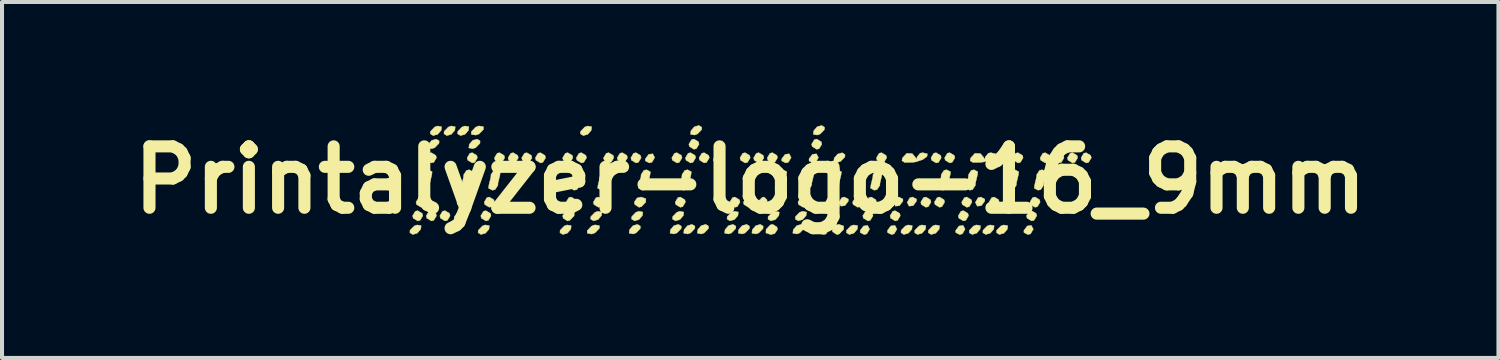
<source format=kicad_pcb>
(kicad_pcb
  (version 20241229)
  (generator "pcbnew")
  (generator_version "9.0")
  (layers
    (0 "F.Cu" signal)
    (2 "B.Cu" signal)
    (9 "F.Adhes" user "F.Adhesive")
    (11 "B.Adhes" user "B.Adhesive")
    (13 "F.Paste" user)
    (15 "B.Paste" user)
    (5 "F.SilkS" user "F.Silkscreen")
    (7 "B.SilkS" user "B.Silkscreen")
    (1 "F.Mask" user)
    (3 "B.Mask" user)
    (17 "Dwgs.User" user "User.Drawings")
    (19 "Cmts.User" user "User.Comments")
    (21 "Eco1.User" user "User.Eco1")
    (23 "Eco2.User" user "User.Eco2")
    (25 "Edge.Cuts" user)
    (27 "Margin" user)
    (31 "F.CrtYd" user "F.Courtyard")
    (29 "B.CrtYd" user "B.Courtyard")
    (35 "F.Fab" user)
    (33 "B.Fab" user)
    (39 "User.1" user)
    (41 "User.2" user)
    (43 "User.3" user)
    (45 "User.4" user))
  (footprint "Printalyzer-logo-16_9mm"
    (layer "F.Cu")
    (at 15.574 1.418)
    (property "Reference" "Printalyzer-logo-16_9mm" (at 0 0 0) (layer "F.SilkS") (effects (font (size 1.524 1.524) (thickness 0.3))))
    (attr through_hole)
    (fp_poly (pts (xy -7.112 0.882) (xy -7.18 0.999) (xy -7.246 1.016) (xy -7.345 0.967) (xy -7.347 0.915) (xy -7.262 0.804) (xy -7.161 0.789) (xy -7.112 0.882)) (stroke (width 0.01) (type solid)) (fill yes) (layer "F.SilkS"))
    (fp_poly (pts (xy -2.371 -0.557) (xy -2.439 -0.441) (xy -2.505 -0.423) (xy -2.603 -0.473) (xy -2.605 -0.524) (xy -2.521 -0.636) (xy -2.42 -0.65) (xy -2.371 -0.557)) (stroke (width 0.01) (type solid)) (fill yes) (layer "F.SilkS"))
    (fp_poly (pts (xy -0.677 -0.557) (xy -0.746 -0.441) (xy -0.811 -0.423) (xy -0.91 -0.473) (xy -0.912 -0.524) (xy -0.828 -0.636) (xy -0.726 -0.65) (xy -0.677 -0.557)) (stroke (width 0.01) (type solid)) (fill yes) (layer "F.SilkS"))
    (fp_poly (pts (xy 1.016 -0.557) (xy 0.948 -0.441) (xy 0.882 -0.423) (xy 0.783 -0.473) (xy 0.781 -0.524) (xy 0.866 -0.636) (xy 0.967 -0.65) (xy 1.016 -0.557)) (stroke (width 0.01) (type solid)) (fill yes) (layer "F.SilkS"))
    (fp_poly (pts (xy 1.693 -0.557) (xy 1.625 -0.441) (xy 1.559 -0.423) (xy 1.461 -0.473) (xy 1.459 -0.524) (xy 1.543 -0.636) (xy 1.644 -0.65) (xy 1.693 -0.557)) (stroke (width 0.01) (type solid)) (fill yes) (layer "F.SilkS"))
    (fp_poly (pts (xy 2.089 0.473) (xy 2.075 0.574) (xy 1.963 0.658) (xy 1.877 0.621) (xy 1.863 0.557) (xy 1.931 0.441) (xy 1.997 0.423) (xy 2.089 0.473)) (stroke (width 0.01) (type solid)) (fill yes) (layer "F.SilkS"))
    (fp_poly (pts (xy 2.434 0.473) (xy 2.436 0.524) (xy 2.352 0.636) (xy 2.25 0.65) (xy 2.201 0.557) (xy 2.27 0.441) (xy 2.335 0.423) (xy 2.434 0.473)) (stroke (width 0.01) (type solid)) (fill yes) (layer "F.SilkS"))
    (fp_poly (pts (xy 2.963 1.221) (xy 2.895 1.337) (xy 2.829 1.355) (xy 2.731 1.305) (xy 2.729 1.254) (xy 2.813 1.142) (xy 2.914 1.128) (xy 2.963 1.221)) (stroke (width 0.01) (type solid)) (fill yes) (layer "F.SilkS"))
    (fp_poly (pts (xy 3.641 1.221) (xy 3.572 1.337) (xy 3.507 1.355) (xy 3.408 1.305) (xy 3.406 1.254) (xy 3.49 1.142) (xy 3.592 1.128) (xy 3.641 1.221)) (stroke (width 0.01) (type solid)) (fill yes) (layer "F.SilkS"))
    (fp_poly (pts (xy 3.789 0.473) (xy 3.791 0.524) (xy 3.706 0.636) (xy 3.605 0.65) (xy 3.556 0.557) (xy 3.624 0.441) (xy 3.69 0.423) (xy 3.789 0.473)) (stroke (width 0.01) (type solid)) (fill yes) (layer "F.SilkS"))
    (fp_poly (pts (xy 4.127 0.473) (xy 4.129 0.524) (xy 4.045 0.636) (xy 3.944 0.65) (xy 3.895 0.557) (xy 3.963 0.441) (xy 4.029 0.423) (xy 4.127 0.473)) (stroke (width 0.01) (type solid)) (fill yes) (layer "F.SilkS"))
    (fp_poly (pts (xy 5.334 1.221) (xy 5.266 1.337) (xy 5.2 1.355) (xy 5.101 1.305) (xy 5.099 1.254) (xy 5.184 1.142) (xy 5.285 1.128) (xy 5.334 1.221)) (stroke (width 0.01) (type solid)) (fill yes) (layer "F.SilkS"))
    (fp_poly (pts (xy 5.821 0.473) (xy 5.823 0.524) (xy 5.738 0.636) (xy 5.637 0.65) (xy 5.588 0.557) (xy 5.656 0.441) (xy 5.722 0.423) (xy 5.821 0.473)) (stroke (width 0.01) (type solid)) (fill yes) (layer "F.SilkS"))
    (fp_poly (pts (xy 7.027 1.221) (xy 6.959 1.337) (xy 6.893 1.355) (xy 6.795 1.305) (xy 6.793 1.254) (xy 6.877 1.142) (xy 6.978 1.128) (xy 7.027 1.221)) (stroke (width 0.01) (type solid)) (fill yes) (layer "F.SilkS"))
    (fp_poly (pts (xy -8.169 1.134) (xy -8.18 1.222) (xy -8.266 1.321) (xy -8.378 1.353) (xy -8.449 1.309) (xy -8.446 1.249) (xy -8.341 1.142) (xy -8.269 1.116) (xy -8.169 1.134)) (stroke (width 0.01) (type solid)) (fill yes) (layer "F.SilkS"))
    (fp_poly (pts (xy -8.143 0.83) (xy -8.128 0.889) (xy -8.196 1.001) (xy -8.255 1.016) (xy -8.367 0.948) (xy -8.382 0.889) (xy -8.314 0.777) (xy -8.255 0.762) (xy -8.143 0.83)) (stroke (width 0.01) (type solid)) (fill yes) (layer "F.SilkS"))
    (fp_poly (pts (xy -8.058 0.491) (xy -8.043 0.55) (xy -8.111 0.663) (xy -8.17 0.677) (xy -8.283 0.61) (xy -8.297 0.55) (xy -8.23 0.438) (xy -8.17 0.423) (xy -8.058 0.491)) (stroke (width 0.01) (type solid)) (fill yes) (layer "F.SilkS"))
    (fp_poly (pts (xy -7.804 -0.61) (xy -7.789 -0.55) (xy -7.857 -0.438) (xy -7.916 -0.423) (xy -8.029 -0.491) (xy -8.043 -0.55) (xy -7.976 -0.663) (xy -7.916 -0.677) (xy -7.804 -0.61)) (stroke (width 0.01) (type solid)) (fill yes) (layer "F.SilkS"))
    (fp_poly (pts (xy -7.804 0.83) (xy -7.789 0.889) (xy -7.857 1.001) (xy -7.916 1.016) (xy -8.029 0.948) (xy -8.043 0.889) (xy -7.976 0.777) (xy -7.916 0.762) (xy -7.804 0.83)) (stroke (width 0.01) (type solid)) (fill yes) (layer "F.SilkS"))
    (fp_poly (pts (xy -7.722 -0.971) (xy -7.726 -0.91) (xy -7.83 -0.803) (xy -7.902 -0.777) (xy -8.002 -0.796) (xy -7.992 -0.883) (xy -7.906 -0.983) (xy -7.794 -1.014) (xy -7.722 -0.971)) (stroke (width 0.01) (type solid)) (fill yes) (layer "F.SilkS"))
    (fp_poly (pts (xy -7.661 -1.321) (xy -7.672 -1.234) (xy -7.758 -1.134) (xy -7.87 -1.102) (xy -7.941 -1.146) (xy -7.938 -1.206) (xy -7.833 -1.314) (xy -7.761 -1.34) (xy -7.661 -1.321)) (stroke (width 0.01) (type solid)) (fill yes) (layer "F.SilkS"))
    (fp_poly (pts (xy -7.465 0.83) (xy -7.451 0.889) (xy -7.518 1.001) (xy -7.578 1.016) (xy -7.69 0.948) (xy -7.705 0.889) (xy -7.637 0.777) (xy -7.578 0.762) (xy -7.465 0.83)) (stroke (width 0.01) (type solid)) (fill yes) (layer "F.SilkS"))
    (fp_poly (pts (xy -7.323 -1.321) (xy -7.333 -1.234) (xy -7.419 -1.134) (xy -7.531 -1.102) (xy -7.602 -1.146) (xy -7.599 -1.206) (xy -7.494 -1.314) (xy -7.423 -1.34) (xy -7.323 -1.321)) (stroke (width 0.01) (type solid)) (fill yes) (layer "F.SilkS"))
    (fp_poly (pts (xy -7.042 0.491) (xy -7.027 0.55) (xy -7.095 0.663) (xy -7.154 0.677) (xy -7.267 0.61) (xy -7.281 0.55) (xy -7.214 0.438) (xy -7.154 0.423) (xy -7.042 0.491)) (stroke (width 0.01) (type solid)) (fill yes) (layer "F.SilkS"))
    (fp_poly (pts (xy -6.984 -1.321) (xy -6.994 -1.234) (xy -7.08 -1.134) (xy -7.192 -1.102) (xy -7.264 -1.146) (xy -7.26 -1.206) (xy -7.156 -1.314) (xy -7.084 -1.34) (xy -6.984 -1.321)) (stroke (width 0.01) (type solid)) (fill yes) (layer "F.SilkS"))
    (fp_poly (pts (xy -6.788 -0.61) (xy -6.773 -0.55) (xy -6.841 -0.438) (xy -6.9 -0.423) (xy -7.013 -0.491) (xy -7.027 -0.55) (xy -6.96 -0.663) (xy -6.9 -0.677) (xy -6.788 -0.61)) (stroke (width 0.01) (type solid)) (fill yes) (layer "F.SilkS"))
    (fp_poly (pts (xy -6.706 -0.971) (xy -6.71 -0.91) (xy -6.814 -0.803) (xy -6.886 -0.777) (xy -6.986 -0.796) (xy -6.976 -0.883) (xy -6.89 -0.983) (xy -6.778 -1.014) (xy -6.706 -0.971)) (stroke (width 0.01) (type solid)) (fill yes) (layer "F.SilkS"))
    (fp_poly (pts (xy -6.624 -1.323) (xy -6.622 -1.257) (xy -6.729 -1.145) (xy -6.811 -1.114) (xy -6.923 -1.132) (xy -6.924 -1.198) (xy -6.817 -1.311) (xy -6.735 -1.342) (xy -6.624 -1.323)) (stroke (width 0.01) (type solid)) (fill yes) (layer "F.SilkS"))
    (fp_poly (pts (xy -6.476 1.134) (xy -6.486 1.222) (xy -6.572 1.321) (xy -6.684 1.353) (xy -6.756 1.309) (xy -6.752 1.249) (xy -6.648 1.142) (xy -6.576 1.116) (xy -6.476 1.134)) (stroke (width 0.01) (type solid)) (fill yes) (layer "F.SilkS"))
    (fp_poly (pts (xy -6.449 0.83) (xy -6.435 0.889) (xy -6.502 1.001) (xy -6.562 1.016) (xy -6.674 0.948) (xy -6.689 0.889) (xy -6.621 0.777) (xy -6.562 0.762) (xy -6.449 0.83)) (stroke (width 0.01) (type solid)) (fill yes) (layer "F.SilkS"))
    (fp_poly (pts (xy -6.365 0.491) (xy -6.35 0.55) (xy -6.418 0.663) (xy -6.477 0.677) (xy -6.589 0.61) (xy -6.604 0.55) (xy -6.536 0.438) (xy -6.477 0.423) (xy -6.365 0.491)) (stroke (width 0.01) (type solid)) (fill yes) (layer "F.SilkS"))
    (fp_poly (pts (xy -6.111 -0.61) (xy -6.096 -0.55) (xy -6.164 -0.438) (xy -6.223 -0.423) (xy -6.335 -0.491) (xy -6.35 -0.55) (xy -6.282 -0.663) (xy -6.223 -0.677) (xy -6.111 -0.61)) (stroke (width 0.01) (type solid)) (fill yes) (layer "F.SilkS"))
    (fp_poly (pts (xy -5.772 -0.61) (xy -5.757 -0.55) (xy -5.825 -0.438) (xy -5.884 -0.423) (xy -5.997 -0.491) (xy -6.011 -0.55) (xy -5.944 -0.663) (xy -5.884 -0.677) (xy -5.772 -0.61)) (stroke (width 0.01) (type solid)) (fill yes) (layer "F.SilkS"))
    (fp_poly (pts (xy -5.433 -0.61) (xy -5.419 -0.55) (xy -5.486 -0.438) (xy -5.546 -0.423) (xy -5.658 -0.491) (xy -5.673 -0.55) (xy -5.605 -0.663) (xy -5.546 -0.677) (xy -5.433 -0.61)) (stroke (width 0.01) (type solid)) (fill yes) (layer "F.SilkS"))
    (fp_poly (pts (xy -5.095 -0.61) (xy -5.08 -0.55) (xy -5.148 -0.438) (xy -5.207 -0.423) (xy -5.319 -0.491) (xy -5.334 -0.55) (xy -5.266 -0.663) (xy -5.207 -0.677) (xy -5.095 -0.61)) (stroke (width 0.01) (type solid)) (fill yes) (layer "F.SilkS"))
    (fp_poly (pts (xy -4.444 1.134) (xy -4.454 1.222) (xy -4.54 1.321) (xy -4.652 1.353) (xy -4.724 1.309) (xy -4.72 1.249) (xy -4.616 1.142) (xy -4.544 1.116) (xy -4.444 1.134)) (stroke (width 0.01) (type solid)) (fill yes) (layer "F.SilkS"))
    (fp_poly (pts (xy -4.417 -0.61) (xy -4.403 -0.55) (xy -4.47 -0.438) (xy -4.53 -0.423) (xy -4.642 -0.491) (xy -4.657 -0.55) (xy -4.589 -0.663) (xy -4.53 -0.677) (xy -4.417 -0.61)) (stroke (width 0.01) (type solid)) (fill yes) (layer "F.SilkS"))
    (fp_poly (pts (xy -4.369 0.803) (xy -4.372 0.889) (xy -4.479 1.002) (xy -4.539 1.016) (xy -4.643 0.948) (xy -4.657 0.889) (xy -4.586 0.786) (xy -4.49 0.762) (xy -4.369 0.803)) (stroke (width 0.01) (type solid)) (fill yes) (layer "F.SilkS"))
    (fp_poly (pts (xy -4.333 0.491) (xy -4.318 0.55) (xy -4.386 0.663) (xy -4.445 0.677) (xy -4.557 0.61) (xy -4.572 0.55) (xy -4.504 0.438) (xy -4.445 0.423) (xy -4.333 0.491)) (stroke (width 0.01) (type solid)) (fill yes) (layer "F.SilkS"))
    (fp_poly (pts (xy -4.079 -0.61) (xy -4.064 -0.55) (xy -4.132 -0.438) (xy -4.191 -0.423) (xy -4.303 -0.491) (xy -4.318 -0.55) (xy -4.25 -0.663) (xy -4.191 -0.677) (xy -4.079 -0.61)) (stroke (width 0.01) (type solid)) (fill yes) (layer "F.SilkS"))
    (fp_poly (pts (xy -3.936 -1.321) (xy -3.946 -1.234) (xy -4.032 -1.134) (xy -4.144 -1.102) (xy -4.216 -1.146) (xy -4.212 -1.206) (xy -4.108 -1.314) (xy -4.036 -1.34) (xy -3.936 -1.321)) (stroke (width 0.01) (type solid)) (fill yes) (layer "F.SilkS"))
    (fp_poly (pts (xy -3.745 1.132) (xy -3.744 1.198) (xy -3.851 1.311) (xy -3.933 1.342) (xy -4.044 1.323) (xy -4.046 1.257) (xy -3.939 1.145) (xy -3.857 1.114) (xy -3.745 1.132)) (stroke (width 0.01) (type solid)) (fill yes) (layer "F.SilkS"))
    (fp_poly (pts (xy -3.682 0.796) (xy -3.692 0.883) (xy -3.778 0.983) (xy -3.89 1.014) (xy -3.962 0.971) (xy -3.958 0.91) (xy -3.854 0.803) (xy -3.782 0.777) (xy -3.682 0.796)) (stroke (width 0.01) (type solid)) (fill yes) (layer "F.SilkS"))
    (fp_poly (pts (xy -3.655 0.491) (xy -3.641 0.55) (xy -3.708 0.663) (xy -3.768 0.677) (xy -3.88 0.61) (xy -3.895 0.55) (xy -3.827 0.438) (xy -3.768 0.423) (xy -3.655 0.491)) (stroke (width 0.01) (type solid)) (fill yes) (layer "F.SilkS"))
    (fp_poly (pts (xy -3.401 -0.61) (xy -3.387 -0.55) (xy -3.454 -0.438) (xy -3.514 -0.423) (xy -3.626 -0.491) (xy -3.641 -0.55) (xy -3.573 -0.663) (xy -3.514 -0.677) (xy -3.401 -0.61)) (stroke (width 0.01) (type solid)) (fill yes) (layer "F.SilkS"))
    (fp_poly (pts (xy -3.063 -0.61) (xy -3.048 -0.55) (xy -3.116 -0.438) (xy -3.175 -0.423) (xy -3.287 -0.491) (xy -3.302 -0.55) (xy -3.234 -0.663) (xy -3.175 -0.677) (xy -3.063 -0.61)) (stroke (width 0.01) (type solid)) (fill yes) (layer "F.SilkS"))
    (fp_poly (pts (xy -2.727 1.146) (xy -2.73 1.206) (xy -2.835 1.314) (xy -2.907 1.34) (xy -3.007 1.321) (xy -2.996 1.234) (xy -2.91 1.134) (xy -2.798 1.102) (xy -2.727 1.146)) (stroke (width 0.01) (type solid)) (fill yes) (layer "F.SilkS"))
    (fp_poly (pts (xy -2.724 -0.61) (xy -2.709 -0.55) (xy -2.777 -0.438) (xy -2.836 -0.423) (xy -2.949 -0.491) (xy -2.963 -0.55) (xy -2.896 -0.663) (xy -2.836 -0.677) (xy -2.724 -0.61)) (stroke (width 0.01) (type solid)) (fill yes) (layer "F.SilkS"))
    (fp_poly (pts (xy -2.666 0.796) (xy -2.676 0.883) (xy -2.762 0.983) (xy -2.874 1.014) (xy -2.946 0.971) (xy -2.942 0.91) (xy -2.838 0.803) (xy -2.766 0.777) (xy -2.666 0.796)) (stroke (width 0.01) (type solid)) (fill yes) (layer "F.SilkS"))
    (fp_poly (pts (xy -2.591 0.464) (xy -2.594 0.55) (xy -2.701 0.663) (xy -2.761 0.677) (xy -2.865 0.609) (xy -2.879 0.55) (xy -2.808 0.447) (xy -2.712 0.423) (xy -2.591 0.464)) (stroke (width 0.01) (type solid)) (fill yes) (layer "F.SilkS"))
    (fp_poly (pts (xy -1.711 1.146) (xy -1.714 1.206) (xy -1.819 1.314) (xy -1.891 1.34) (xy -1.991 1.321) (xy -1.98 1.234) (xy -1.894 1.134) (xy -1.782 1.102) (xy -1.711 1.146)) (stroke (width 0.01) (type solid)) (fill yes) (layer "F.SilkS"))
    (fp_poly (pts (xy -1.708 -0.61) (xy -1.693 -0.55) (xy -1.761 -0.438) (xy -1.82 -0.423) (xy -1.933 -0.491) (xy -1.947 -0.55) (xy -1.88 -0.663) (xy -1.82 -0.677) (xy -1.708 -0.61)) (stroke (width 0.01) (type solid)) (fill yes) (layer "F.SilkS"))
    (fp_poly (pts (xy -1.65 0.796) (xy -1.66 0.883) (xy -1.746 0.983) (xy -1.858 1.014) (xy -1.93 0.971) (xy -1.926 0.91) (xy -1.822 0.803) (xy -1.75 0.777) (xy -1.65 0.796)) (stroke (width 0.01) (type solid)) (fill yes) (layer "F.SilkS"))
    (fp_poly (pts (xy -1.623 0.491) (xy -1.609 0.55) (xy -1.676 0.663) (xy -1.736 0.677) (xy -1.848 0.61) (xy -1.863 0.55) (xy -1.795 0.438) (xy -1.736 0.423) (xy -1.623 0.491)) (stroke (width 0.01) (type solid)) (fill yes) (layer "F.SilkS"))
    (fp_poly (pts (xy -1.372 1.146) (xy -1.376 1.206) (xy -1.48 1.314) (xy -1.552 1.34) (xy -1.652 1.321) (xy -1.642 1.234) (xy -1.556 1.134) (xy -1.444 1.102) (xy -1.372 1.146)) (stroke (width 0.01) (type solid)) (fill yes) (layer "F.SilkS"))
    (fp_poly (pts (xy -1.369 -0.61) (xy -1.355 -0.55) (xy -1.422 -0.438) (xy -1.482 -0.423) (xy -1.594 -0.491) (xy -1.609 -0.55) (xy -1.541 -0.663) (xy -1.482 -0.677) (xy -1.369 -0.61)) (stroke (width 0.01) (type solid)) (fill yes) (layer "F.SilkS"))
    (fp_poly (pts (xy -1.285 -0.948) (xy -1.27 -0.889) (xy -1.338 -0.777) (xy -1.397 -0.762) (xy -1.509 -0.83) (xy -1.524 -0.889) (xy -1.456 -1.001) (xy -1.397 -1.016) (xy -1.285 -0.948)) (stroke (width 0.01) (type solid)) (fill yes) (layer "F.SilkS"))
    (fp_poly (pts (xy -1.203 -1.309) (xy -1.206 -1.249) (xy -1.311 -1.142) (xy -1.383 -1.116) (xy -1.483 -1.134) (xy -1.472 -1.222) (xy -1.386 -1.321) (xy -1.274 -1.353) (xy -1.203 -1.309)) (stroke (width 0.01) (type solid)) (fill yes) (layer "F.SilkS"))
    (fp_poly (pts (xy -1.034 1.146) (xy -1.037 1.206) (xy -1.142 1.314) (xy -1.213 1.34) (xy -1.313 1.321) (xy -1.303 1.234) (xy -1.217 1.134) (xy -1.105 1.102) (xy -1.034 1.146)) (stroke (width 0.01) (type solid)) (fill yes) (layer "F.SilkS"))
    (fp_poly (pts (xy -1.031 -0.61) (xy -1.016 -0.55) (xy -1.084 -0.438) (xy -1.143 -0.423) (xy -1.255 -0.491) (xy -1.27 -0.55) (xy -1.202 -0.663) (xy -1.143 -0.677) (xy -1.031 -0.61)) (stroke (width 0.01) (type solid)) (fill yes) (layer "F.SilkS"))
    (fp_poly (pts (xy -0.356 1.146) (xy -0.36 1.206) (xy -0.464 1.314) (xy -0.536 1.34) (xy -0.636 1.321) (xy -0.626 1.234) (xy -0.54 1.134) (xy -0.428 1.102) (xy -0.356 1.146)) (stroke (width 0.01) (type solid)) (fill yes) (layer "F.SilkS"))
    (fp_poly (pts (xy -0.295 0.796) (xy -0.306 0.883) (xy -0.392 0.983) (xy -0.504 1.014) (xy -0.575 0.971) (xy -0.572 0.91) (xy -0.467 0.803) (xy -0.395 0.777) (xy -0.295 0.796)) (stroke (width 0.01) (type solid)) (fill yes) (layer "F.SilkS"))
    (fp_poly (pts (xy -0.269 0.491) (xy -0.254 0.55) (xy -0.322 0.663) (xy -0.381 0.677) (xy -0.493 0.61) (xy -0.508 0.55) (xy -0.44 0.438) (xy -0.381 0.423) (xy -0.269 0.491)) (stroke (width 0.01) (type solid)) (fill yes) (layer "F.SilkS"))
    (fp_poly (pts (xy -0.018 1.146) (xy -0.021 1.206) (xy -0.126 1.314) (xy -0.197 1.34) (xy -0.297 1.321) (xy -0.287 1.234) (xy -0.201 1.134) (xy -0.089 1.102) (xy -0.018 1.146)) (stroke (width 0.01) (type solid)) (fill yes) (layer "F.SilkS"))
    (fp_poly (pts (xy -0.015 -0.61) (xy 0 -0.55) (xy -0.068 -0.438) (xy -0.127 -0.423) (xy -0.239 -0.491) (xy -0.254 -0.55) (xy -0.186 -0.663) (xy -0.127 -0.677) (xy -0.015 -0.61)) (stroke (width 0.01) (type solid)) (fill yes) (layer "F.SilkS"))
    (fp_poly (pts (xy 0.07 0.491) (xy 0.085 0.55) (xy 0.017 0.663) (xy -0.042 0.677) (xy -0.155 0.61) (xy -0.169 0.55) (xy -0.102 0.438) (xy -0.042 0.423) (xy 0.07 0.491)) (stroke (width 0.01) (type solid)) (fill yes) (layer "F.SilkS"))
    (fp_poly (pts (xy 0.321 1.146) (xy 0.318 1.206) (xy 0.213 1.314) (xy 0.141 1.34) (xy 0.041 1.321) (xy 0.052 1.234) (xy 0.138 1.134) (xy 0.25 1.102) (xy 0.321 1.146)) (stroke (width 0.01) (type solid)) (fill yes) (layer "F.SilkS"))
    (fp_poly (pts (xy 0.324 -0.61) (xy 0.339 -0.55) (xy 0.271 -0.438) (xy 0.212 -0.423) (xy 0.099 -0.491) (xy 0.085 -0.55) (xy 0.152 -0.663) (xy 0.212 -0.677) (xy 0.324 -0.61)) (stroke (width 0.01) (type solid)) (fill yes) (layer "F.SilkS"))
    (fp_poly (pts (xy 0.414 0.492) (xy 0.423 0.55) (xy 0.371 0.667) (xy 0.254 0.646) (xy 0.228 0.623) (xy 0.211 0.518) (xy 0.297 0.432) (xy 0.344 0.423) (xy 0.414 0.492)) (stroke (width 0.01) (type solid)) (fill yes) (layer "F.SilkS"))
    (fp_poly (pts (xy 0.663 -0.61) (xy 0.677 -0.55) (xy 0.61 -0.438) (xy 0.55 -0.423) (xy 0.438 -0.491) (xy 0.423 -0.55) (xy 0.491 -0.663) (xy 0.55 -0.677) (xy 0.663 -0.61)) (stroke (width 0.01) (type solid)) (fill yes) (layer "F.SilkS"))
    (fp_poly (pts (xy 0.664 1.169) (xy 0.677 1.228) (xy 0.607 1.331) (xy 0.511 1.355) (xy 0.389 1.314) (xy 0.393 1.228) (xy 0.499 1.115) (xy 0.559 1.101) (xy 0.664 1.169)) (stroke (width 0.01) (type solid)) (fill yes) (layer "F.SilkS"))
    (fp_poly (pts (xy 0.721 0.796) (xy 0.71 0.883) (xy 0.624 0.983) (xy 0.512 1.014) (xy 0.441 0.971) (xy 0.444 0.91) (xy 0.549 0.803) (xy 0.621 0.777) (xy 0.721 0.796)) (stroke (width 0.01) (type solid)) (fill yes) (layer "F.SilkS"))
    (fp_poly (pts (xy 0.796 0.464) (xy 0.793 0.55) (xy 0.686 0.663) (xy 0.626 0.677) (xy 0.522 0.609) (xy 0.508 0.55) (xy 0.578 0.447) (xy 0.675 0.423) (xy 0.796 0.464)) (stroke (width 0.01) (type solid)) (fill yes) (layer "F.SilkS"))
    (fp_poly (pts (xy 1.337 1.146) (xy 1.334 1.206) (xy 1.229 1.314) (xy 1.157 1.34) (xy 1.057 1.321) (xy 1.068 1.234) (xy 1.154 1.134) (xy 1.266 1.102) (xy 1.337 1.146)) (stroke (width 0.01) (type solid)) (fill yes) (layer "F.SilkS"))
    (fp_poly (pts (xy 1.398 0.796) (xy 1.388 0.883) (xy 1.302 0.983) (xy 1.19 1.014) (xy 1.118 0.971) (xy 1.122 0.91) (xy 1.226 0.803) (xy 1.298 0.777) (xy 1.398 0.796)) (stroke (width 0.01) (type solid)) (fill yes) (layer "F.SilkS"))
    (fp_poly (pts (xy 1.425 0.491) (xy 1.439 0.55) (xy 1.372 0.663) (xy 1.312 0.677) (xy 1.2 0.61) (xy 1.185 0.55) (xy 1.253 0.438) (xy 1.312 0.423) (xy 1.425 0.491)) (stroke (width 0.01) (type solid)) (fill yes) (layer "F.SilkS"))
    (fp_poly (pts (xy 1.763 -0.948) (xy 1.778 -0.889) (xy 1.71 -0.777) (xy 1.651 -0.762) (xy 1.539 -0.83) (xy 1.524 -0.889) (xy 1.592 -1.001) (xy 1.651 -1.016) (xy 1.763 -0.948)) (stroke (width 0.01) (type solid)) (fill yes) (layer "F.SilkS"))
    (fp_poly (pts (xy 1.845 -1.309) (xy 1.842 -1.249) (xy 1.737 -1.142) (xy 1.665 -1.116) (xy 1.565 -1.134) (xy 1.576 -1.222) (xy 1.662 -1.321) (xy 1.774 -1.353) (xy 1.845 -1.309)) (stroke (width 0.01) (type solid)) (fill yes) (layer "F.SilkS"))
    (fp_poly (pts (xy 1.933 1.168) (xy 1.947 1.228) (xy 1.88 1.34) (xy 1.82 1.355) (xy 1.708 1.287) (xy 1.693 1.228) (xy 1.761 1.115) (xy 1.82 1.101) (xy 1.933 1.168)) (stroke (width 0.01) (type solid)) (fill yes) (layer "F.SilkS"))
    (fp_poly (pts (xy 2.32 1.142) (xy 2.317 1.228) (xy 2.21 1.34) (xy 2.15 1.355) (xy 2.046 1.287) (xy 2.032 1.228) (xy 2.102 1.124) (xy 2.199 1.101) (xy 2.32 1.142)) (stroke (width 0.01) (type solid)) (fill yes) (layer "F.SilkS"))
    (fp_poly (pts (xy 2.353 -0.632) (xy 2.35 -0.572) (xy 2.245 -0.464) (xy 2.173 -0.438) (xy 2.073 -0.457) (xy 2.084 -0.544) (xy 2.17 -0.644) (xy 2.282 -0.676) (xy 2.353 -0.632)) (stroke (width 0.01) (type solid)) (fill yes) (layer "F.SilkS"))
    (fp_poly (pts (xy 2.668 1.134) (xy 2.658 1.222) (xy 2.572 1.321) (xy 2.46 1.353) (xy 2.388 1.309) (xy 2.392 1.249) (xy 2.496 1.142) (xy 2.568 1.116) (xy 2.668 1.134)) (stroke (width 0.01) (type solid)) (fill yes) (layer "F.SilkS"))
    (fp_poly (pts (xy 2.779 0.491) (xy 2.794 0.55) (xy 2.726 0.663) (xy 2.667 0.677) (xy 2.555 0.61) (xy 2.54 0.55) (xy 2.608 0.438) (xy 2.667 0.423) (xy 2.779 0.491)) (stroke (width 0.01) (type solid)) (fill yes) (layer "F.SilkS"))
    (fp_poly (pts (xy 3.033 0.83) (xy 3.048 0.889) (xy 2.98 1.001) (xy 2.921 1.016) (xy 2.809 0.948) (xy 2.794 0.889) (xy 2.862 0.777) (xy 2.921 0.762) (xy 3.033 0.83)) (stroke (width 0.01) (type solid)) (fill yes) (layer "F.SilkS"))
    (fp_poly (pts (xy 3.118 0.491) (xy 3.133 0.55) (xy 3.065 0.663) (xy 3.006 0.677) (xy 2.893 0.61) (xy 2.879 0.55) (xy 2.946 0.438) (xy 3.006 0.423) (xy 3.118 0.491)) (stroke (width 0.01) (type solid)) (fill yes) (layer "F.SilkS"))
    (fp_poly (pts (xy 3.372 -0.61) (xy 3.387 -0.55) (xy 3.319 -0.438) (xy 3.26 -0.423) (xy 3.147 -0.491) (xy 3.133 -0.55) (xy 3.2 -0.663) (xy 3.26 -0.677) (xy 3.372 -0.61)) (stroke (width 0.01) (type solid)) (fill yes) (layer "F.SilkS"))
    (fp_poly (pts (xy 3.711 0.83) (xy 3.725 0.889) (xy 3.658 1.001) (xy 3.598 1.016) (xy 3.486 0.948) (xy 3.471 0.889) (xy 3.539 0.777) (xy 3.598 0.762) (xy 3.711 0.83)) (stroke (width 0.01) (type solid)) (fill yes) (layer "F.SilkS"))
    (fp_poly (pts (xy 4.023 1.134) (xy 4.012 1.222) (xy 3.926 1.321) (xy 3.814 1.353) (xy 3.743 1.309) (xy 3.746 1.249) (xy 3.851 1.142) (xy 3.923 1.116) (xy 4.023 1.134)) (stroke (width 0.01) (type solid)) (fill yes) (layer "F.SilkS"))
    (fp_poly (pts (xy 4.361 1.134) (xy 4.351 1.222) (xy 4.265 1.321) (xy 4.153 1.353) (xy 4.082 1.309) (xy 4.085 1.249) (xy 4.19 1.142) (xy 4.261 1.116) (xy 4.361 1.134)) (stroke (width 0.01) (type solid)) (fill yes) (layer "F.SilkS"))
    (fp_poly (pts (xy 4.473 0.491) (xy 4.487 0.55) (xy 4.42 0.663) (xy 4.36 0.677) (xy 4.248 0.61) (xy 4.233 0.55) (xy 4.301 0.438) (xy 4.36 0.423) (xy 4.473 0.491)) (stroke (width 0.01) (type solid)) (fill yes) (layer "F.SilkS"))
    (fp_poly (pts (xy 4.7 1.134) (xy 4.69 1.222) (xy 4.604 1.321) (xy 4.492 1.353) (xy 4.42 1.309) (xy 4.424 1.249) (xy 4.528 1.142) (xy 4.6 1.116) (xy 4.7 1.134)) (stroke (width 0.01) (type solid)) (fill yes) (layer "F.SilkS"))
    (fp_poly (pts (xy 4.727 -0.61) (xy 4.741 -0.55) (xy 4.674 -0.438) (xy 4.614 -0.423) (xy 4.502 -0.491) (xy 4.487 -0.55) (xy 4.555 -0.663) (xy 4.614 -0.677) (xy 4.727 -0.61)) (stroke (width 0.01) (type solid)) (fill yes) (layer "F.SilkS"))
    (fp_poly (pts (xy 4.811 0.491) (xy 4.826 0.55) (xy 4.758 0.663) (xy 4.699 0.677) (xy 4.587 0.61) (xy 4.572 0.55) (xy 4.64 0.438) (xy 4.699 0.423) (xy 4.811 0.491)) (stroke (width 0.01) (type solid)) (fill yes) (layer "F.SilkS"))
    (fp_poly (pts (xy 5.065 -0.61) (xy 5.08 -0.55) (xy 5.012 -0.438) (xy 4.953 -0.423) (xy 4.841 -0.491) (xy 4.826 -0.55) (xy 4.894 -0.663) (xy 4.953 -0.677) (xy 5.065 -0.61)) (stroke (width 0.01) (type solid)) (fill yes) (layer "F.SilkS"))
    (fp_poly (pts (xy 5.404 0.83) (xy 5.419 0.889) (xy 5.351 1.001) (xy 5.292 1.016) (xy 5.179 0.948) (xy 5.165 0.889) (xy 5.232 0.777) (xy 5.292 0.762) (xy 5.404 0.83)) (stroke (width 0.01) (type solid)) (fill yes) (layer "F.SilkS"))
    (fp_poly (pts (xy 5.489 0.491) (xy 5.503 0.55) (xy 5.436 0.663) (xy 5.376 0.677) (xy 5.264 0.61) (xy 5.249 0.55) (xy 5.317 0.438) (xy 5.376 0.423) (xy 5.489 0.491)) (stroke (width 0.01) (type solid)) (fill yes) (layer "F.SilkS"))
    (fp_poly (pts (xy 5.716 1.134) (xy 5.706 1.222) (xy 5.62 1.321) (xy 5.508 1.353) (xy 5.436 1.309) (xy 5.44 1.249) (xy 5.544 1.142) (xy 5.616 1.116) (xy 5.716 1.134)) (stroke (width 0.01) (type solid)) (fill yes) (layer "F.SilkS"))
    (fp_poly (pts (xy 6.055 1.134) (xy 6.044 1.222) (xy 5.958 1.321) (xy 5.846 1.353) (xy 5.775 1.309) (xy 5.778 1.249) (xy 5.883 1.142) (xy 5.955 1.116) (xy 6.055 1.134)) (stroke (width 0.01) (type solid)) (fill yes) (layer "F.SilkS"))
    (fp_poly (pts (xy 6.166 0.491) (xy 6.181 0.55) (xy 6.113 0.663) (xy 6.054 0.677) (xy 5.941 0.61) (xy 5.927 0.55) (xy 5.994 0.438) (xy 6.054 0.423) (xy 6.166 0.491)) (stroke (width 0.01) (type solid)) (fill yes) (layer "F.SilkS"))
    (fp_poly (pts (xy 6.393 1.134) (xy 6.383 1.222) (xy 6.297 1.321) (xy 6.185 1.353) (xy 6.114 1.309) (xy 6.117 1.249) (xy 6.222 1.142) (xy 6.293 1.116) (xy 6.393 1.134)) (stroke (width 0.01) (type solid)) (fill yes) (layer "F.SilkS"))
    (fp_poly (pts (xy 6.42 -0.61) (xy 6.435 -0.55) (xy 6.367 -0.438) (xy 6.308 -0.423) (xy 6.195 -0.491) (xy 6.181 -0.55) (xy 6.248 -0.663) (xy 6.308 -0.677) (xy 6.42 -0.61)) (stroke (width 0.01) (type solid)) (fill yes) (layer "F.SilkS"))
    (fp_poly (pts (xy 6.505 0.491) (xy 6.519 0.55) (xy 6.452 0.663) (xy 6.392 0.677) (xy 6.28 0.61) (xy 6.265 0.55) (xy 6.333 0.438) (xy 6.392 0.423) (xy 6.505 0.491)) (stroke (width 0.01) (type solid)) (fill yes) (layer "F.SilkS"))
    (fp_poly (pts (xy 6.759 -0.61) (xy 6.773 -0.55) (xy 6.706 -0.438) (xy 6.646 -0.423) (xy 6.534 -0.491) (xy 6.519 -0.55) (xy 6.587 -0.663) (xy 6.646 -0.677) (xy 6.759 -0.61)) (stroke (width 0.01) (type solid)) (fill yes) (layer "F.SilkS"))
    (fp_poly (pts (xy 7.097 0.83) (xy 7.112 0.889) (xy 7.044 1.001) (xy 6.985 1.016) (xy 6.873 0.948) (xy 6.858 0.889) (xy 6.926 0.777) (xy 6.985 0.762) (xy 7.097 0.83)) (stroke (width 0.01) (type solid)) (fill yes) (layer "F.SilkS"))
    (fp_poly (pts (xy 7.182 0.491) (xy 7.197 0.55) (xy 7.129 0.663) (xy 7.07 0.677) (xy 6.957 0.61) (xy 6.943 0.55) (xy 7.01 0.438) (xy 7.07 0.423) (xy 7.182 0.491)) (stroke (width 0.01) (type solid)) (fill yes) (layer "F.SilkS"))
    (fp_poly (pts (xy 7.436 -0.61) (xy 7.451 -0.55) (xy 7.383 -0.438) (xy 7.324 -0.423) (xy 7.211 -0.491) (xy 7.197 -0.55) (xy 7.264 -0.663) (xy 7.324 -0.677) (xy 7.436 -0.61)) (stroke (width 0.01) (type solid)) (fill yes) (layer "F.SilkS"))
    (fp_poly (pts (xy 7.775 -0.61) (xy 7.789 -0.55) (xy 7.722 -0.438) (xy 7.662 -0.423) (xy 7.55 -0.491) (xy 7.535 -0.55) (xy 7.603 -0.663) (xy 7.662 -0.677) (xy 7.775 -0.61)) (stroke (width 0.01) (type solid)) (fill yes) (layer "F.SilkS"))
    (fp_poly (pts (xy 8.113 -0.61) (xy 8.128 -0.55) (xy 8.06 -0.438) (xy 8.001 -0.423) (xy 7.889 -0.491) (xy 7.874 -0.55) (xy 7.942 -0.663) (xy 8.001 -0.677) (xy 8.113 -0.61)) (stroke (width 0.01) (type solid)) (fill yes) (layer "F.SilkS"))
    (fp_poly (pts (xy 8.452 -0.61) (xy 8.467 -0.55) (xy 8.399 -0.438) (xy 8.34 -0.423) (xy 8.227 -0.491) (xy 8.213 -0.55) (xy 8.28 -0.663) (xy 8.34 -0.677) (xy 8.452 -0.61)) (stroke (width 0.01) (type solid)) (fill yes) (layer "F.SilkS"))
    (fp_poly (pts (xy -7.896 -0.204) (xy -7.907 -0.12) (xy -7.954 0.071) (xy -7.959 0.134) (xy -8.027 0.238) (xy -8.095 0.254) (xy -8.19 0.204) (xy -8.179 0.12) (xy -8.133 -0.071) (xy -8.128 -0.134) (xy -8.059 -0.238) (xy -7.992 -0.254) (xy -7.896 -0.204)) (stroke (width 0.01) (type solid)) (fill yes) (layer "F.SilkS"))
    (fp_poly (pts (xy -6.88 -0.204) (xy -6.891 -0.12) (xy -6.938 0.071) (xy -6.943 0.134) (xy -7.011 0.238) (xy -7.079 0.254) (xy -7.174 0.204) (xy -7.163 0.12) (xy -7.117 -0.071) (xy -7.112 -0.134) (xy -7.043 -0.238) (xy -6.976 -0.254) (xy -6.88 -0.204)) (stroke (width 0.01) (type solid)) (fill yes) (layer "F.SilkS"))
    (fp_poly (pts (xy -6.203 -0.204) (xy -6.214 -0.12) (xy -6.261 0.071) (xy -6.265 0.134) (xy -6.334 0.238) (xy -6.401 0.254) (xy -6.497 0.204) (xy -6.486 0.12) (xy -6.439 -0.071) (xy -6.435 -0.134) (xy -6.366 -0.238) (xy -6.299 -0.254) (xy -6.203 -0.204)) (stroke (width 0.01) (type solid)) (fill yes) (layer "F.SilkS"))
    (fp_poly (pts (xy -4.171 -0.204) (xy -4.182 -0.12) (xy -4.229 0.071) (xy -4.233 0.134) (xy -4.302 0.238) (xy -4.369 0.254) (xy -4.465 0.204) (xy -4.454 0.12) (xy -4.407 -0.071) (xy -4.403 -0.134) (xy -4.334 -0.238) (xy -4.267 -0.254) (xy -4.171 -0.204)) (stroke (width 0.01) (type solid)) (fill yes) (layer "F.SilkS"))
    (fp_poly (pts (xy -3.494 -0.204) (xy -3.505 -0.12) (xy -3.551 0.071) (xy -3.556 0.134) (xy -3.625 0.238) (xy -3.692 0.254) (xy -3.788 0.204) (xy -3.777 0.12) (xy -3.73 -0.071) (xy -3.725 -0.134) (xy -3.657 -0.238) (xy -3.589 -0.254) (xy -3.494 -0.204)) (stroke (width 0.01) (type solid)) (fill yes) (layer "F.SilkS"))
    (fp_poly (pts (xy -2.478 -0.204) (xy -2.489 -0.12) (xy -2.535 0.071) (xy -2.54 0.134) (xy -2.609 0.238) (xy -2.676 0.254) (xy -2.772 0.204) (xy -2.761 0.12) (xy -2.714 -0.071) (xy -2.709 -0.134) (xy -2.641 -0.238) (xy -2.573 -0.254) (xy -2.478 -0.204)) (stroke (width 0.01) (type solid)) (fill yes) (layer "F.SilkS"))
    (fp_poly (pts (xy -1.462 -0.204) (xy -1.473 -0.12) (xy -1.519 0.071) (xy -1.524 0.134) (xy -1.593 0.238) (xy -1.66 0.254) (xy -1.756 0.204) (xy -1.745 0.12) (xy -1.698 -0.071) (xy -1.693 -0.134) (xy -1.625 -0.238) (xy -1.557 -0.254) (xy -1.462 -0.204)) (stroke (width 0.01) (type solid)) (fill yes) (layer "F.SilkS"))
    (fp_poly (pts (xy 0.909 -0.204) (xy 0.898 -0.12) (xy 0.851 0.071) (xy 0.847 0.134) (xy 0.778 0.238) (xy 0.711 0.254) (xy 0.615 0.204) (xy 0.626 0.12) (xy 0.673 -0.071) (xy 0.677 -0.134) (xy 0.746 -0.238) (xy 0.813 -0.254) (xy 0.909 -0.204)) (stroke (width 0.01) (type solid)) (fill yes) (layer "F.SilkS"))
    (fp_poly (pts (xy 1.586 -0.204) (xy 1.575 -0.12) (xy 1.529 0.071) (xy 1.524 0.134) (xy 1.455 0.238) (xy 1.388 0.254) (xy 1.292 0.204) (xy 1.303 0.12) (xy 1.35 -0.071) (xy 1.355 -0.134) (xy 1.423 -0.238) (xy 1.491 -0.254) (xy 1.586 -0.204)) (stroke (width 0.01) (type solid)) (fill yes) (layer "F.SilkS"))
    (fp_poly (pts (xy 2.264 -0.204) (xy 2.253 -0.12) (xy 2.206 0.071) (xy 2.201 0.134) (xy 2.133 0.238) (xy 2.065 0.254) (xy 1.97 0.204) (xy 1.981 0.12) (xy 2.027 -0.071) (xy 2.032 -0.134) (xy 2.101 -0.238) (xy 2.168 -0.254) (xy 2.264 -0.204)) (stroke (width 0.01) (type solid)) (fill yes) (layer "F.SilkS"))
    (fp_poly (pts (xy 3.28 -0.204) (xy 3.269 -0.12) (xy 3.222 0.071) (xy 3.217 0.134) (xy 3.149 0.238) (xy 3.081 0.254) (xy 2.986 0.204) (xy 2.997 0.12) (xy 3.043 -0.071) (xy 3.048 -0.134) (xy 3.117 -0.238) (xy 3.184 -0.254) (xy 3.28 -0.204)) (stroke (width 0.01) (type solid)) (fill yes) (layer "F.SilkS"))
    (fp_poly (pts (xy 4.973 -0.204) (xy 4.962 -0.12) (xy 4.915 0.071) (xy 4.911 0.134) (xy 4.842 0.238) (xy 4.775 0.254) (xy 4.679 0.204) (xy 4.69 0.12) (xy 4.737 -0.071) (xy 4.741 -0.134) (xy 4.81 -0.238) (xy 4.877 -0.254) (xy 4.973 -0.204)) (stroke (width 0.01) (type solid)) (fill yes) (layer "F.SilkS"))
    (fp_poly (pts (xy 5.65 -0.204) (xy 5.639 -0.12) (xy 5.593 0.071) (xy 5.588 0.134) (xy 5.519 0.238) (xy 5.452 0.254) (xy 5.356 0.204) (xy 5.367 0.12) (xy 5.414 -0.071) (xy 5.419 -0.134) (xy 5.487 -0.238) (xy 5.555 -0.254) (xy 5.65 -0.204)) (stroke (width 0.01) (type solid)) (fill yes) (layer "F.SilkS"))
    (fp_poly (pts (xy 6.666 -0.204) (xy 6.655 -0.12) (xy 6.609 0.071) (xy 6.604 0.134) (xy 6.535 0.238) (xy 6.468 0.254) (xy 6.372 0.204) (xy 6.383 0.12) (xy 6.43 -0.071) (xy 6.435 -0.134) (xy 6.503 -0.238) (xy 6.571 -0.254) (xy 6.666 -0.204)) (stroke (width 0.01) (type solid)) (fill yes) (layer "F.SilkS"))
    (fp_poly (pts (xy 7.344 -0.204) (xy 7.333 -0.12) (xy 7.286 0.071) (xy 7.281 0.134) (xy 7.213 0.238) (xy 7.145 0.254) (xy 7.05 0.204) (xy 7.061 0.12) (xy 7.107 -0.071) (xy 7.112 -0.134) (xy 7.181 -0.238) (xy 7.248 -0.254) (xy 7.344 -0.204)) (stroke (width 0.01) (type solid)) (fill yes) (layer "F.SilkS"))
    (fp_poly (pts (xy 4.398 -0.649) (xy 4.387 -0.582) (xy 4.281 -0.506) (xy 4.109 -0.449) (xy 4.037 -0.439) (xy 3.835 -0.435) (xy 3.766 -0.478) (xy 3.777 -0.545) (xy 3.884 -0.661) (xy 4.019 -0.656) (xy 4.093 -0.572) (xy 4.131 -0.509) (xy 4.142 -0.572) (xy 4.217 -0.664) (xy 4.283 -0.677) (xy 4.398 -0.649)) (stroke (width 0.01) (type solid)) (fill yes) (layer "F.SilkS"))
    (fp_poly (pts (xy 6.091 -0.649) (xy 6.081 -0.582) (xy 5.975 -0.506) (xy 5.803 -0.449) (xy 5.73 -0.439) (xy 5.529 -0.435) (xy 5.459 -0.478) (xy 5.471 -0.545) (xy 5.577 -0.661) (xy 5.713 -0.656) (xy 5.786 -0.572) (xy 5.824 -0.509) (xy 5.835 -0.572) (xy 5.911 -0.664) (xy 5.976 -0.677) (xy 6.091 -0.649)) (stroke (width 0.01) (type solid)) (fill yes) (layer "F.SilkS")))
  (gr_rect
    (start -3 -3)
    (end 34.148 5.836)
    (stroke (width 0.1) (type default))
    (fill no)
    (layer "Edge.Cuts")))
</source>
